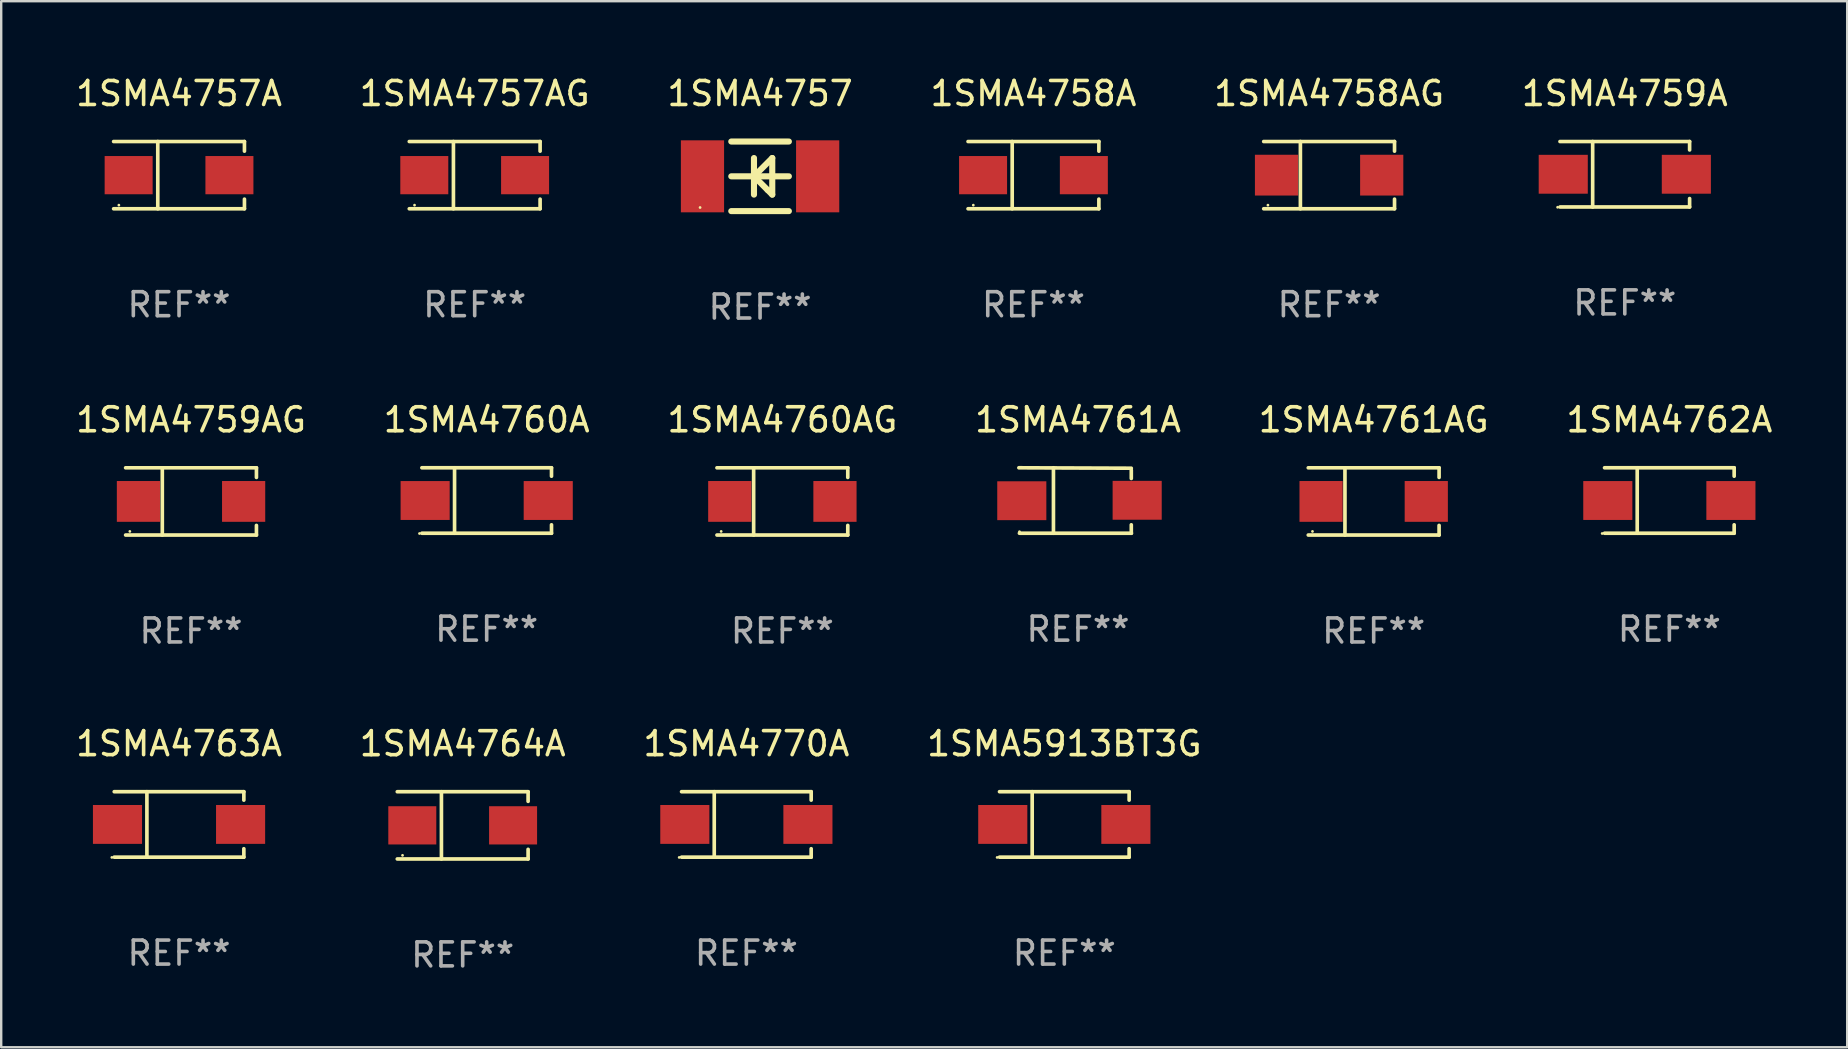
<source format=kicad_pcb>
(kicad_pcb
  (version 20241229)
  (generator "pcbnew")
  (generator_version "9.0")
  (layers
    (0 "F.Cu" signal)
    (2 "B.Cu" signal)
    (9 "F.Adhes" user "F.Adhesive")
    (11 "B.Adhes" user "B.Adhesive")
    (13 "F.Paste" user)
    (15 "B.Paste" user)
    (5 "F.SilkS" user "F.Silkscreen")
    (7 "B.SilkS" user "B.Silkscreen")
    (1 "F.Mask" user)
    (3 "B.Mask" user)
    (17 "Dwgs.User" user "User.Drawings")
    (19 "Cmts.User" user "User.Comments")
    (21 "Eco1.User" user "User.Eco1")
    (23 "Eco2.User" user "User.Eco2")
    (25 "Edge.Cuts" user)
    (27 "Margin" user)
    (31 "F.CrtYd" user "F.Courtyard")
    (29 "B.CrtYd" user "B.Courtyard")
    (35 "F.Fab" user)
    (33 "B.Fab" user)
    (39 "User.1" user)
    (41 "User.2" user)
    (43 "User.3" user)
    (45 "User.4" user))
  (footprint "1SMA4762A"
    (layer "F.Cu")
    (at 66.518 17.808)
    (property "Reference" "1SMA4762A" (at 0 -3.364 0) (layer "F.SilkS") (effects (font (size 1 1) (thickness 0.15))))
    (attr through_hole)
    (fp_line (start -2.701 -1.364) (end 2.701 -1.364) (stroke (width 0.152) (type solid)) (layer "F.SilkS"))
    (fp_line (start -2.701 1.364) (end 2.701 1.364) (stroke (width 0.152) (type solid)) (layer "F.SilkS"))
    (fp_line (start -1.339 -1.364) (end -1.339 1.364) (stroke (width 0.152) (type solid)) (layer "F.SilkS"))
    (fp_line (start 2.701 -1.364) (end 2.701 -1.013) (stroke (width 0.152) (type solid)) (layer "F.SilkS"))
    (fp_line (start 2.701 1.364) (end 2.701 1.013) (stroke (width 0.152) (type solid)) (layer "F.SilkS"))
    (fp_circle (center -2.8 1.375) (end -2.77 1.375) (stroke (width 0.06) (type solid)) (fill no) (layer "F.SilkS"))
    (fp_text user "REF**" (at 0 5.364 0) (layer "F.Fab") (effects (font (size 1 1) (thickness 0.15))))
    (pad "1" smd rect (at -2.565 -0.000025) (size 2.046 1.62) (layers "F.Cu" "F.Mask" "F.Paste"))
    (pad "2" smd rect (at 2.565 -0.000025) (size 2.046 1.62) (layers "F.Cu" "F.Mask" "F.Paste")))
  (footprint "1SMA5913BT3G"
    (layer "F.Cu")
    (at 41.304 31.307)
    (property "Reference" "1SMA5913BT3G" (at 0 -3.364 0) (layer "F.SilkS") (effects (font (size 1 1) (thickness 0.15))))
    (attr through_hole)
    (fp_line (start -2.701 -1.364) (end 2.701 -1.364) (stroke (width 0.152) (type solid)) (layer "F.SilkS"))
    (fp_line (start -2.701 1.364) (end 2.701 1.364) (stroke (width 0.152) (type solid)) (layer "F.SilkS"))
    (fp_line (start -1.339 -1.364) (end -1.339 1.364) (stroke (width 0.152) (type solid)) (layer "F.SilkS"))
    (fp_line (start 2.701 -1.364) (end 2.701 -1.013) (stroke (width 0.152) (type solid)) (layer "F.SilkS"))
    (fp_line (start 2.701 1.364) (end 2.701 1.013) (stroke (width 0.152) (type solid)) (layer "F.SilkS"))
    (fp_circle (center -2.8 1.375) (end -2.77 1.375) (stroke (width 0.06) (type solid)) (fill no) (layer "F.SilkS"))
    (fp_text user "REF**" (at 0 5.364 0) (layer "F.Fab") (effects (font (size 1 1) (thickness 0.15))))
    (pad "1" smd rect (at -2.565 -0.000025) (size 2.046 1.62) (layers "F.Cu" "F.Mask" "F.Paste"))
    (pad "2" smd rect (at 2.565 -0.000025) (size 2.046 1.62) (layers "F.Cu" "F.Mask" "F.Paste")))
  (footprint "1SMA4757A"
    (layer "F.Cu")
    (at 4.411 4.249)
    (property "Reference" "1SMA4757A" (at 0 -3.401 0) (layer "F.SilkS") (effects (font (size 1 1) (thickness 0.15))))
    (attr through_hole)
    (fp_line (start -2.726 -1.401) (end 2.726 -1.401) (stroke (width 0.152) (type solid)) (layer "F.SilkS"))
    (fp_line (start -2.726 1.401) (end 2.726 1.401) (stroke (width 0.152) (type solid)) (layer "F.SilkS"))
    (fp_line (start -0.886 -1.401) (end -0.886 1.401) (stroke (width 0.152) (type solid)) (layer "F.SilkS"))
    (fp_line (start 2.726 -1.401) (end 2.726 -1) (stroke (width 0.152) (type solid)) (layer "F.SilkS"))
    (fp_line (start 2.726 1.401) (end 2.726 1) (stroke (width 0.152) (type solid)) (layer "F.SilkS"))
    (fp_circle (center -2.507 1.25) (end -2.477 1.25) (stroke (width 0.06) (type solid)) (fill no) (layer "F.SilkS"))
    (fp_text user "REF**" (at 0 5.401 0) (layer "F.Fab") (effects (font (size 1 1) (thickness 0.15))))
    (pad "1" smd rect (at -2.1 0 180) (size 2 1.593) (layers "F.Cu" "F.Mask" "F.Paste"))
    (pad "2" smd rect (at 2.1 0 180) (size 2 1.593) (layers "F.Cu" "F.Mask" "F.Paste")))
  (footprint "1SMA4757"
    (layer "F.Cu")
    (at 28.625 4.298)
    (property "Reference" "1SMA4757" (at 0 -3.45 0) (layer "F.SilkS") (effects (font (size 1 1) (thickness 0.15))))
    (attr through_hole)
    (fp_line (start -1.2 -1.45) (end 1.2 -1.45) (stroke (width 0.254) (type solid)) (layer "F.SilkS"))
    (fp_line (start -1.2 0) (end 1.2 0) (stroke (width 0.254) (type solid)) (layer "F.SilkS"))
    (fp_line (start -1.2 1.45) (end 1.2 1.45) (stroke (width 0.254) (type solid)) (layer "F.SilkS"))
    (fp_line (start -0.254 0) (end 0.312 0.566) (stroke (width 0.254) (type solid)) (layer "F.SilkS"))
    (fp_line (start -0.254 0.762) (end -0.254 -0.762) (stroke (width 0.254) (type solid)) (layer "F.SilkS"))
    (fp_line (start 0.312 0.566) (end 0.508 0.762) (stroke (width 0.254) (type solid)) (layer "F.SilkS"))
    (fp_line (start 0.508 -0.762) (end -0.254 0) (stroke (width 0.254) (type solid)) (layer "F.SilkS"))
    (fp_line (start 0.508 0.762) (end 0.508 -0.762) (stroke (width 0.254) (type solid)) (layer "F.SilkS"))
    (fp_circle (center -2.5 1.3) (end -2.47 1.3) (stroke (width 0.06) (type solid)) (fill no) (layer "F.SilkS"))
    (fp_text user "REF**" (at 0 5.45 0) (layer "F.Fab") (effects (font (size 1 1) (thickness 0.15))))
    (pad "1" smd rect (at -2.4 0) (size 1.8 3) (layers "F.Cu" "F.Mask" "F.Paste"))
    (pad "2" smd rect (at 2.4 0) (size 1.8 3) (layers "F.Cu" "F.Mask" "F.Paste")))
  (footprint "1SMA4764A"
    (layer "F.Cu")
    (at 16.232 31.345)
    (property "Reference" "1SMA4764A" (at 0 -3.401 0) (layer "F.SilkS") (effects (font (size 1 1) (thickness 0.15))))
    (attr through_hole)
    (fp_line (start -2.726 -1.401) (end 2.726 -1.401) (stroke (width 0.152) (type solid)) (layer "F.SilkS"))
    (fp_line (start -2.726 1.401) (end 2.726 1.401) (stroke (width 0.152) (type solid)) (layer "F.SilkS"))
    (fp_line (start -0.886 -1.401) (end -0.886 1.401) (stroke (width 0.152) (type solid)) (layer "F.SilkS"))
    (fp_line (start 2.726 -1.401) (end 2.726 -1) (stroke (width 0.152) (type solid)) (layer "F.SilkS"))
    (fp_line (start 2.726 1.401) (end 2.726 1) (stroke (width 0.152) (type solid)) (layer "F.SilkS"))
    (fp_circle (center -2.507 1.25) (end -2.477 1.25) (stroke (width 0.06) (type solid)) (fill no) (layer "F.SilkS"))
    (fp_text user "REF**" (at 0 5.401 0) (layer "F.Fab") (effects (font (size 1 1) (thickness 0.15))))
    (pad "1" smd rect (at -2.1 0 180) (size 2 1.593) (layers "F.Cu" "F.Mask" "F.Paste"))
    (pad "2" smd rect (at 2.1 0 180) (size 2 1.593) (layers "F.Cu" "F.Mask" "F.Paste")))
  (footprint "1SMA4760A"
    (layer "F.Cu")
    (at 17.232 17.808)
    (property "Reference" "1SMA4760A" (at 0 -3.364 0) (layer "F.SilkS") (effects (font (size 1 1) (thickness 0.15))))
    (attr through_hole)
    (fp_line (start -2.701 -1.364) (end 2.701 -1.364) (stroke (width 0.152) (type solid)) (layer "F.SilkS"))
    (fp_line (start -2.701 1.364) (end 2.701 1.364) (stroke (width 0.152) (type solid)) (layer "F.SilkS"))
    (fp_line (start -1.339 -1.364) (end -1.339 1.364) (stroke (width 0.152) (type solid)) (layer "F.SilkS"))
    (fp_line (start 2.701 -1.364) (end 2.701 -1.013) (stroke (width 0.152) (type solid)) (layer "F.SilkS"))
    (fp_line (start 2.701 1.364) (end 2.701 1.013) (stroke (width 0.152) (type solid)) (layer "F.SilkS"))
    (fp_circle (center -2.8 1.375) (end -2.77 1.375) (stroke (width 0.06) (type solid)) (fill no) (layer "F.SilkS"))
    (fp_text user "REF**" (at 0 5.364 0) (layer "F.Fab") (effects (font (size 1 1) (thickness 0.15))))
    (pad "1" smd rect (at -2.565 -0.000025) (size 2.046 1.62) (layers "F.Cu" "F.Mask" "F.Paste"))
    (pad "2" smd rect (at 2.565 -0.000025) (size 2.046 1.62) (layers "F.Cu" "F.Mask" "F.Paste")))
  (footprint "1SMA4763A"
    (layer "F.Cu")
    (at 4.411 31.307)
    (property "Reference" "1SMA4763A" (at 0 -3.364 0) (layer "F.SilkS") (effects (font (size 1 1) (thickness 0.15))))
    (attr through_hole)
    (fp_line (start -2.701 -1.364) (end 2.701 -1.364) (stroke (width 0.152) (type solid)) (layer "F.SilkS"))
    (fp_line (start -2.701 1.364) (end 2.701 1.364) (stroke (width 0.152) (type solid)) (layer "F.SilkS"))
    (fp_line (start -1.339 -1.364) (end -1.339 1.364) (stroke (width 0.152) (type solid)) (layer "F.SilkS"))
    (fp_line (start 2.701 -1.364) (end 2.701 -1.013) (stroke (width 0.152) (type solid)) (layer "F.SilkS"))
    (fp_line (start 2.701 1.364) (end 2.701 1.013) (stroke (width 0.152) (type solid)) (layer "F.SilkS"))
    (fp_circle (center -2.8 1.375) (end -2.77 1.375) (stroke (width 0.06) (type solid)) (fill no) (layer "F.SilkS"))
    (fp_text user "REF**" (at 0 5.364 0) (layer "F.Fab") (effects (font (size 1 1) (thickness 0.15))))
    (pad "1" smd rect (at -2.565 -0.000025) (size 2.046 1.62) (layers "F.Cu" "F.Mask" "F.Paste"))
    (pad "2" smd rect (at 2.565 -0.000025) (size 2.046 1.62) (layers "F.Cu" "F.Mask" "F.Paste")))
  (footprint "1SMA4761AG"
    (layer "F.Cu")
    (at 54.196 17.846)
    (property "Reference" "1SMA4761AG" (at 0 -3.401 0) (layer "F.SilkS") (effects (font (size 1 1) (thickness 0.15))))
    (attr through_hole)
    (fp_line (start -2.726 -1.401) (end 2.726 -1.401) (stroke (width 0.152) (type solid)) (layer "F.SilkS"))
    (fp_line (start -2.726 1.401) (end 2.726 1.401) (stroke (width 0.152) (type solid)) (layer "F.SilkS"))
    (fp_line (start -1.197 -1.401) (end -1.197 1.401) (stroke (width 0.152) (type solid)) (layer "F.SilkS"))
    (fp_line (start 2.726 -1.401) (end 2.726 -1) (stroke (width 0.152) (type solid)) (layer "F.SilkS"))
    (fp_line (start 2.726 1.401) (end 2.726 1) (stroke (width 0.152) (type solid)) (layer "F.SilkS"))
    (fp_circle (center -2.55 1.25) (end -2.52 1.25) (stroke (width 0.06) (type solid)) (fill no) (layer "F.SilkS"))
    (fp_text user "REF**" (at 0 5.401 0) (layer "F.Fab") (effects (font (size 1 1) (thickness 0.15))))
    (pad "1" smd rect (at -2.192 0) (size 1.8 1.7) (layers "F.Cu" "F.Mask" "F.Paste"))
    (pad "2" smd rect (at 2.192 0) (size 1.8 1.7) (layers "F.Cu" "F.Mask" "F.Paste")))
  (footprint "1SMA4757AG"
    (layer "F.Cu")
    (at 16.732 4.249)
    (property "Reference" "1SMA4757AG" (at 0 -3.401 0) (layer "F.SilkS") (effects (font (size 1 1) (thickness 0.15))))
    (attr through_hole)
    (fp_line (start -2.726 -1.401) (end 2.726 -1.401) (stroke (width 0.152) (type solid)) (layer "F.SilkS"))
    (fp_line (start -2.726 1.401) (end 2.726 1.401) (stroke (width 0.152) (type solid)) (layer "F.SilkS"))
    (fp_line (start -0.886 -1.401) (end -0.886 1.401) (stroke (width 0.152) (type solid)) (layer "F.SilkS"))
    (fp_line (start 2.726 -1.401) (end 2.726 -1) (stroke (width 0.152) (type solid)) (layer "F.SilkS"))
    (fp_line (start 2.726 1.401) (end 2.726 1) (stroke (width 0.152) (type solid)) (layer "F.SilkS"))
    (fp_circle (center -2.507 1.25) (end -2.477 1.25) (stroke (width 0.06) (type solid)) (fill no) (layer "F.SilkS"))
    (fp_text user "REF**" (at 0 5.401 0) (layer "F.Fab") (effects (font (size 1 1) (thickness 0.15))))
    (pad "1" smd rect (at -2.1 0 180) (size 2 1.593) (layers "F.Cu" "F.Mask" "F.Paste"))
    (pad "2" smd rect (at 2.1 0 180) (size 2 1.593) (layers "F.Cu" "F.Mask" "F.Paste")))
  (footprint "1SMA4759AG"
    (layer "F.Cu")
    (at 4.911 17.846)
    (property "Reference" "1SMA4759AG" (at 0 -3.401 0) (layer "F.SilkS") (effects (font (size 1 1) (thickness 0.15))))
    (attr through_hole)
    (fp_line (start -2.726 -1.401) (end 2.726 -1.401) (stroke (width 0.152) (type solid)) (layer "F.SilkS"))
    (fp_line (start -2.726 1.401) (end 2.726 1.401) (stroke (width 0.152) (type solid)) (layer "F.SilkS"))
    (fp_line (start -1.197 -1.401) (end -1.197 1.401) (stroke (width 0.152) (type solid)) (layer "F.SilkS"))
    (fp_line (start 2.726 -1.401) (end 2.726 -1) (stroke (width 0.152) (type solid)) (layer "F.SilkS"))
    (fp_line (start 2.726 1.401) (end 2.726 1) (stroke (width 0.152) (type solid)) (layer "F.SilkS"))
    (fp_circle (center -2.55 1.25) (end -2.52 1.25) (stroke (width 0.06) (type solid)) (fill no) (layer "F.SilkS"))
    (fp_text user "REF**" (at 0 5.401 0) (layer "F.Fab") (effects (font (size 1 1) (thickness 0.15))))
    (pad "1" smd rect (at -2.192 0) (size 1.8 1.7) (layers "F.Cu" "F.Mask" "F.Paste"))
    (pad "2" smd rect (at 2.192 0) (size 1.8 1.7) (layers "F.Cu" "F.Mask" "F.Paste")))
  (footprint "1SMA4758A"
    (layer "F.Cu")
    (at 40.018 4.249)
    (property "Reference" "1SMA4758A" (at 0 -3.401 0) (layer "F.SilkS") (effects (font (size 1 1) (thickness 0.15))))
    (attr through_hole)
    (fp_line (start -2.726 -1.401) (end 2.726 -1.401) (stroke (width 0.152) (type solid)) (layer "F.SilkS"))
    (fp_line (start -2.726 1.401) (end 2.726 1.401) (stroke (width 0.152) (type solid)) (layer "F.SilkS"))
    (fp_line (start -0.886 -1.401) (end -0.886 1.401) (stroke (width 0.152) (type solid)) (layer "F.SilkS"))
    (fp_line (start 2.726 -1.401) (end 2.726 -1) (stroke (width 0.152) (type solid)) (layer "F.SilkS"))
    (fp_line (start 2.726 1.401) (end 2.726 1) (stroke (width 0.152) (type solid)) (layer "F.SilkS"))
    (fp_circle (center -2.507 1.25) (end -2.477 1.25) (stroke (width 0.06) (type solid)) (fill no) (layer "F.SilkS"))
    (fp_text user "REF**" (at 0 5.401 0) (layer "F.Fab") (effects (font (size 1 1) (thickness 0.15))))
    (pad "1" smd rect (at -2.1 0 180) (size 2 1.593) (layers "F.Cu" "F.Mask" "F.Paste"))
    (pad "2" smd rect (at 2.1 0 180) (size 2 1.593) (layers "F.Cu" "F.Mask" "F.Paste")))
  (footprint "1SMA4760AG"
    (layer "F.Cu")
    (at 29.554 17.846)
    (property "Reference" "1SMA4760AG" (at 0 -3.401 0) (layer "F.SilkS") (effects (font (size 1 1) (thickness 0.15))))
    (attr through_hole)
    (fp_line (start -2.726 -1.401) (end 2.726 -1.401) (stroke (width 0.152) (type solid)) (layer "F.SilkS"))
    (fp_line (start -2.726 1.401) (end 2.726 1.401) (stroke (width 0.152) (type solid)) (layer "F.SilkS"))
    (fp_line (start -1.197 -1.401) (end -1.197 1.401) (stroke (width 0.152) (type solid)) (layer "F.SilkS"))
    (fp_line (start 2.726 -1.401) (end 2.726 -1) (stroke (width 0.152) (type solid)) (layer "F.SilkS"))
    (fp_line (start 2.726 1.401) (end 2.726 1) (stroke (width 0.152) (type solid)) (layer "F.SilkS"))
    (fp_circle (center -2.55 1.25) (end -2.52 1.25) (stroke (width 0.06) (type solid)) (fill no) (layer "F.SilkS"))
    (fp_text user "REF**" (at 0 5.401 0) (layer "F.Fab") (effects (font (size 1 1) (thickness 0.15))))
    (pad "1" smd rect (at -2.192 0) (size 1.8 1.7) (layers "F.Cu" "F.Mask" "F.Paste"))
    (pad "2" smd rect (at 2.192 0) (size 1.8 1.7) (layers "F.Cu" "F.Mask" "F.Paste")))
  (footprint "1SMA4758AG"
    (layer "F.Cu")
    (at 52.339 4.249)
    (property "Reference" "1SMA4758AG" (at 0 -3.401 0) (layer "F.SilkS") (effects (font (size 1 1) (thickness 0.15))))
    (attr through_hole)
    (fp_line (start -2.726 -1.401) (end 2.726 -1.401) (stroke (width 0.152) (type solid)) (layer "F.SilkS"))
    (fp_line (start -2.726 1.401) (end 2.726 1.401) (stroke (width 0.152) (type solid)) (layer "F.SilkS"))
    (fp_line (start -1.197 -1.401) (end -1.197 1.401) (stroke (width 0.152) (type solid)) (layer "F.SilkS"))
    (fp_line (start 2.726 -1.401) (end 2.726 -1) (stroke (width 0.152) (type solid)) (layer "F.SilkS"))
    (fp_line (start 2.726 1.401) (end 2.726 1) (stroke (width 0.152) (type solid)) (layer "F.SilkS"))
    (fp_circle (center -2.55 1.25) (end -2.52 1.25) (stroke (width 0.06) (type solid)) (fill no) (layer "F.SilkS"))
    (fp_text user "REF**" (at 0 5.401 0) (layer "F.Fab") (effects (font (size 1 1) (thickness 0.15))))
    (pad "1" smd rect (at -2.192 0) (size 1.8 1.7) (layers "F.Cu" "F.Mask" "F.Paste"))
    (pad "2" smd rect (at 2.192 0) (size 1.8 1.7) (layers "F.Cu" "F.Mask" "F.Paste")))
  (footprint "1SMA4761A"
    (layer "F.Cu")
    (at 41.875 17.808)
    (property "Reference" "1SMA4761A" (at 0 -3.364 0) (layer "F.SilkS") (effects (font (size 1 1) (thickness 0.15))))
    (attr through_hole)
    (fp_line (start -2.465 -1.364) (end 2.22 -1.346) (stroke (width 0.152) (type solid)) (layer "F.SilkS"))
    (fp_line (start -2.442 1.364) (end 2.226 1.364) (stroke (width 0.152) (type solid)) (layer "F.SilkS"))
    (fp_line (start -1.024 -1.364) (end -1.024 1.364) (stroke (width 0.152) (type solid)) (layer "F.SilkS"))
    (fp_line (start 2.22 -1.27) (end 2.22 -0.919) (stroke (width 0.152) (type solid)) (layer "F.SilkS"))
    (fp_line (start 2.22 1.364) (end 2.22 1.013) (stroke (width 0.152) (type solid)) (layer "F.SilkS"))
    (fp_circle (center -2.439 1.3) (end -2.409 1.3) (stroke (width 0.06) (type solid)) (fill no) (layer "F.SilkS"))
    (fp_text user "REF**" (at 0 5.364 0) (layer "F.Fab") (effects (font (size 1 1) (thickness 0.15))))
    (pad "1" smd rect (at -2.343 0.009) (size 2.046 1.62) (layers "F.Cu" "F.Mask" "F.Paste"))
    (pad "2" smd rect (at 2.465 -0.009 180) (size 2.046 1.62) (layers "F.Cu" "F.Mask" "F.Paste")))
  (footprint "1SMA4770A"
    (layer "F.Cu")
    (at 28.054 31.307)
    (property "Reference" "1SMA4770A" (at 0 -3.364 0) (layer "F.SilkS") (effects (font (size 1 1) (thickness 0.15))))
    (attr through_hole)
    (fp_line (start -2.701 -1.364) (end 2.701 -1.364) (stroke (width 0.152) (type solid)) (layer "F.SilkS"))
    (fp_line (start -2.701 1.364) (end 2.701 1.364) (stroke (width 0.152) (type solid)) (layer "F.SilkS"))
    (fp_line (start -1.339 -1.364) (end -1.339 1.364) (stroke (width 0.152) (type solid)) (layer "F.SilkS"))
    (fp_line (start 2.701 -1.364) (end 2.701 -1.013) (stroke (width 0.152) (type solid)) (layer "F.SilkS"))
    (fp_line (start 2.701 1.364) (end 2.701 1.013) (stroke (width 0.152) (type solid)) (layer "F.SilkS"))
    (fp_circle (center -2.8 1.375) (end -2.77 1.375) (stroke (width 0.06) (type solid)) (fill no) (layer "F.SilkS"))
    (fp_text user "REF**" (at 0 5.364 0) (layer "F.Fab") (effects (font (size 1 1) (thickness 0.15))))
    (pad "1" smd rect (at -2.565 -0.000025) (size 2.046 1.62) (layers "F.Cu" "F.Mask" "F.Paste"))
    (pad "2" smd rect (at 2.565 -0.000025) (size 2.046 1.62) (layers "F.Cu" "F.Mask" "F.Paste")))
  (footprint "1SMA4759A"
    (layer "F.Cu")
    (at 64.661 4.212)
    (property "Reference" "1SMA4759A" (at 0 -3.364 0) (layer "F.SilkS") (effects (font (size 1 1) (thickness 0.15))))
    (attr through_hole)
    (fp_line (start -2.701 -1.364) (end 2.701 -1.364) (stroke (width 0.152) (type solid)) (layer "F.SilkS"))
    (fp_line (start -2.701 1.364) (end 2.701 1.364) (stroke (width 0.152) (type solid)) (layer "F.SilkS"))
    (fp_line (start -1.339 -1.364) (end -1.339 1.364) (stroke (width 0.152) (type solid)) (layer "F.SilkS"))
    (fp_line (start 2.701 -1.364) (end 2.701 -1.013) (stroke (width 0.152) (type solid)) (layer "F.SilkS"))
    (fp_line (start 2.701 1.364) (end 2.701 1.013) (stroke (width 0.152) (type solid)) (layer "F.SilkS"))
    (fp_circle (center -2.8 1.375) (end -2.77 1.375) (stroke (width 0.06) (type solid)) (fill no) (layer "F.SilkS"))
    (fp_text user "REF**" (at 0 5.364 0) (layer "F.Fab") (effects (font (size 1 1) (thickness 0.15))))
    (pad "1" smd rect (at -2.565 -0.000025) (size 2.046 1.62) (layers "F.Cu" "F.Mask" "F.Paste"))
    (pad "2" smd rect (at 2.565 -0.000025) (size 2.046 1.62) (layers "F.Cu" "F.Mask" "F.Paste")))
  (gr_rect
    (start -3 -3)
    (end 73.929 40.594)
    (stroke (width 0.1) (type default))
    (fill no)
    (layer "Edge.Cuts")))
</source>
